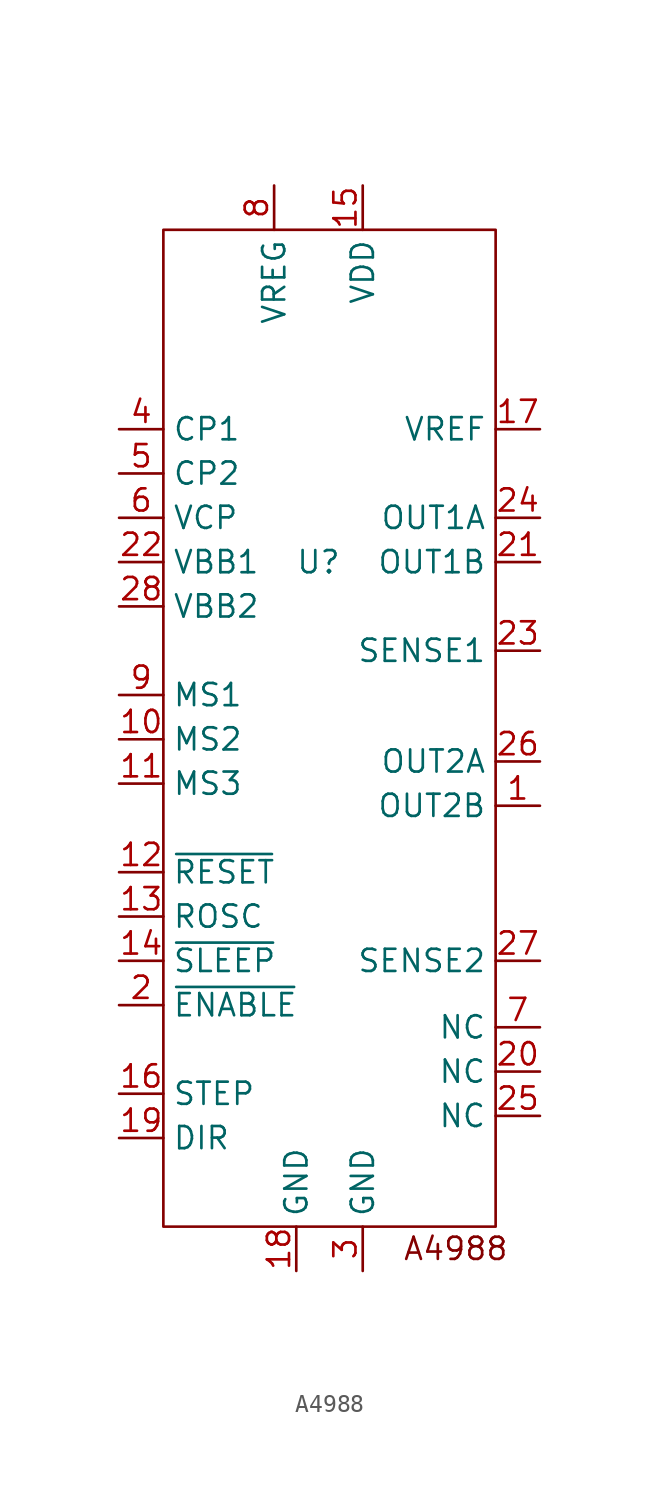
<source format=kicad_sym>
(kicad_symbol_lib
  (version 20241209)
  (generator "kicad_symbol_editor")
  (generator_version "9.0")
  (symbol "A4988"
    (property "Reference" "U"
      (at 0 0 0)
      (effects (font (size 1.27 1.27))))
    (property "Value" ""
      (at 0 0 0)
      (effects (font (size 1.27 1.27))))
    (symbol "A4988_0_1"
      (rectangle (start -8.89 19.05) (end 10.16 -38.1) (stroke (width 0) (type default)) (fill (type none))))
    (symbol "A4988_1_1"
      (text "A4988\n" (at 7.874 -39.37 0) (effects (font (face "KiCad Font") (size 1.27 1.27))))
      (pin input line (at -11.43 7.62 0) (length 2.54) (name "CP1" (effects (font (size 1.27 1.27)))) (number "4" (effects (font (size 1.27 1.27)))))
      (pin input line (at -11.43 5.08 0) (length 2.54) (name "CP2" (effects (font (size 1.27 1.27)))) (number "5" (effects (font (size 1.27 1.27)))))
      (pin input line (at -11.43 2.54 0) (length 2.54) (name "VCP" (effects (font (size 1.27 1.27)))) (number "6" (effects (font (size 1.27 1.27)))))
      (pin input line (at -11.43 0 0) (length 2.54) (name "VBB1" (effects (font (size 1.27 1.27)))) (number "22" (effects (font (size 1.27 1.27)))))
      (pin input line (at -11.43 -2.54 0) (length 2.54) (name "VBB2" (effects (font (size 1.27 1.27)))) (number "28" (effects (font (size 1.27 1.27)))))
      (pin input line (at -11.43 -7.62 0) (length 2.54) (name "MS1" (effects (font (size 1.27 1.27)))) (number "9" (effects (font (size 1.27 1.27)))))
      (pin input line (at -11.43 -10.16 0) (length 2.54) (name "MS2" (effects (font (size 1.27 1.27)))) (number "10" (effects (font (size 1.27 1.27)))))
      (pin input line (at -11.43 -12.7 0) (length 2.54) (name "MS3" (effects (font (size 1.27 1.27)))) (number "11" (effects (font (size 1.27 1.27)))))
      (pin input line (at -11.43 -17.78 0) (length 2.54) (name "~{RESET}" (effects (font (size 1.27 1.27)))) (number "12" (effects (font (size 1.27 1.27)))))
      (pin input line (at -11.43 -20.32 0) (length 2.54) (name "ROSC" (effects (font (size 1.27 1.27)))) (number "13" (effects (font (size 1.27 1.27)))))
      (pin input line (at -11.43 -22.86 0) (length 2.54) (name "~{SLEEP}" (effects (font (size 1.27 1.27)))) (number "14" (effects (font (size 1.27 1.27)))))
      (pin input line (at -11.43 -25.4 0) (length 2.54) (name "~{ENABLE}" (effects (font (size 1.27 1.27)))) (number "2" (effects (font (size 1.27 1.27)))))
      (pin input line (at -11.43 -30.48 0) (length 2.54) (name "STEP" (effects (font (size 1.27 1.27)))) (number "16" (effects (font (size 1.27 1.27)))))
      (pin input line (at -11.43 -33.02 0) (length 2.54) (name "DIR" (effects (font (size 1.27 1.27)))) (number "19" (effects (font (size 1.27 1.27)))))
      (pin passive line (at -2.54 21.59 270) (length 2.54) (name "VREG" (effects (font (size 1.27 1.27)))) (number "8" (effects (font (size 1.27 1.27)))))
      (pin passive line (at -1.27 -40.64 90) (length 2.54) (name "GND" (effects (font (size 1.27 1.27)))) (number "18" (effects (font (size 1.27 1.27)))))
      (pin passive line (at 2.54 21.59 270) (length 2.54) (name "VDD" (effects (font (size 1.27 1.27)))) (number "15" (effects (font (size 1.27 1.27)))))
      (pin passive line (at 2.54 -40.64 90) (length 2.54) (name "GND" (effects (font (size 1.27 1.27)))) (number "3" (effects (font (size 1.27 1.27)))))
      (pin passive line (at 12.7 7.62 180) (length 2.54) (name "VREF" (effects (font (size 1.27 1.27)))) (number "17" (effects (font (size 1.27 1.27)))))
      (pin output line (at 12.7 2.54 180) (length 2.54) (name "OUT1A" (effects (font (size 1.27 1.27)))) (number "24" (effects (font (size 1.27 1.27)))))
      (pin output line (at 12.7 0 180) (length 2.54) (name "OUT1B" (effects (font (size 1.27 1.27)))) (number "21" (effects (font (size 1.27 1.27)))))
      (pin passive line (at 12.7 -5.08 180) (length 2.54) (name "SENSE1" (effects (font (size 1.27 1.27)))) (number "23" (effects (font (size 1.27 1.27)))))
      (pin output line (at 12.7 -11.43 180) (length 2.54) (name "OUT2A" (effects (font (size 1.27 1.27)))) (number "26" (effects (font (size 1.27 1.27)))))
      (pin output line (at 12.7 -13.97 180) (length 2.54) (name "OUT2B" (effects (font (size 1.27 1.27)))) (number "1" (effects (font (size 1.27 1.27)))))
      (pin passive line (at 12.7 -22.86 180) (length 2.54) (name "SENSE2" (effects (font (size 1.27 1.27)))) (number "27" (effects (font (size 1.27 1.27)))))
      (pin passive line (at 12.7 -26.67 180) (length 2.54) (name "NC" (effects (font (size 1.27 1.27)))) (number "7" (effects (font (size 1.27 1.27)))))
      (pin passive line (at 12.7 -29.21 180) (length 2.54) (name "NC" (effects (font (size 1.27 1.27)))) (number "20" (effects (font (size 1.27 1.27)))))
      (pin passive line (at 12.7 -31.75 180) (length 2.54) (name "NC" (effects (font (size 1.27 1.27)))) (number "25" (effects (font (size 1.27 1.27))))))))
</source>
